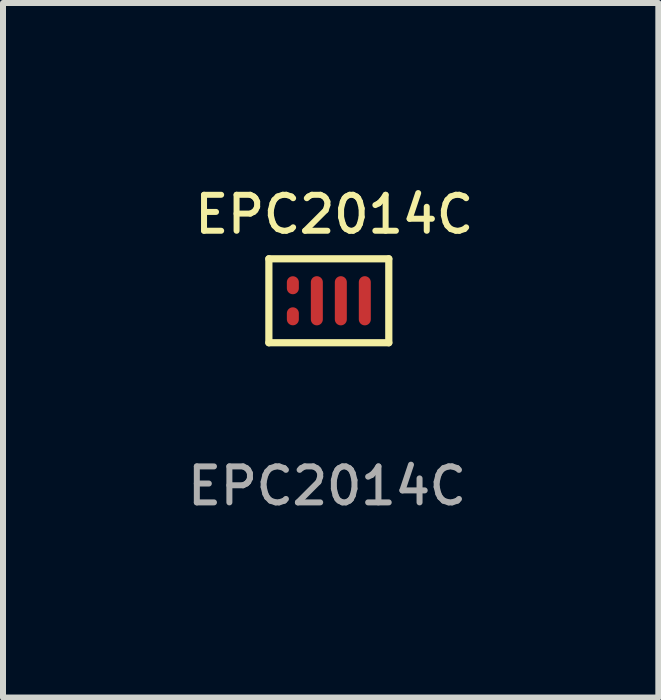
<source format=kicad_pcb>
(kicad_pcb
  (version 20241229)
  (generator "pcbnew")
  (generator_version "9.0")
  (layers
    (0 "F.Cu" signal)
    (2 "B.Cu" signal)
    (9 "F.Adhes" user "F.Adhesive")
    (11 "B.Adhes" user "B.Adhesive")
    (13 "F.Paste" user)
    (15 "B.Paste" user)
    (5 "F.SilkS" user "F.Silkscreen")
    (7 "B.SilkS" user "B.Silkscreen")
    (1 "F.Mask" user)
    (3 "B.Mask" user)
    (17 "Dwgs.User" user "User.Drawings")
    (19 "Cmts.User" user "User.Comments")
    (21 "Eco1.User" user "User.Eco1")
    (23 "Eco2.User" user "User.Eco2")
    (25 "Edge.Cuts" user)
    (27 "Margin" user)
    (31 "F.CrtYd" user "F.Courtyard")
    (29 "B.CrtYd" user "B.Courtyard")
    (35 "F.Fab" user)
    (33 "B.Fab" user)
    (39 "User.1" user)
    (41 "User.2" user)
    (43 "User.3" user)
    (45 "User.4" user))
  (footprint "EPC2014C"
    (layer "F.Cu")
    (at 2.434 1.966)
    (property "Reference" "EPC2014C" (at 0.09 -1.44 0) (unlocked yes) (layer "F.SilkS") (effects (font (size 0.6 0.6) (thickness 0.1))))
    (attr smd)
    (fp_line (start -1 -0.7) (end 1 -0.7) (stroke (width 0.12) (type solid)) (layer "F.SilkS"))
    (fp_line (start -1 0.7) (end -1 -0.7) (stroke (width 0.12) (type solid)) (layer "F.SilkS"))
    (fp_line (start 1 -0.7) (end 1 0.7) (stroke (width 0.12) (type solid)) (layer "F.SilkS"))
    (fp_line (start 1 0.7) (end -1 0.7) (stroke (width 0.12) (type solid)) (layer "F.SilkS"))
    (fp_text user "${REFERENCE}" (at -0.03 3.09 0) (unlocked yes) (layer "F.Fab") (effects (font (size 0.6 0.6) (thickness 0.1))))
    (pad "1" smd oval (at -0.6 -0.259 180) (size 0.2 0.3) (layers "F.Cu" "F.Mask" "F.Paste"))
    (pad "2" smd oval (at -0.6 0.259 180) (size 0.2 0.3) (layers "F.Cu" "F.Mask" "F.Paste"))
    (pad "3" smd oval (at -0.2 0 180) (size 0.2 0.82) (layers "F.Cu" "F.Mask" "F.Paste"))
    (pad "4" smd oval (at 0.2 0 180) (size 0.2 0.82) (layers "F.Cu" "F.Mask" "F.Paste"))
    (pad "5" smd oval (at 0.6 0 180) (size 0.2 0.82) (layers "F.Cu" "F.Mask" "F.Paste")))
  (gr_rect
    (start -3 -3)
    (end 7.929 8.583)
    (stroke (width 0.1) (type default))
    (fill no)
    (layer "Edge.Cuts")))
</source>
